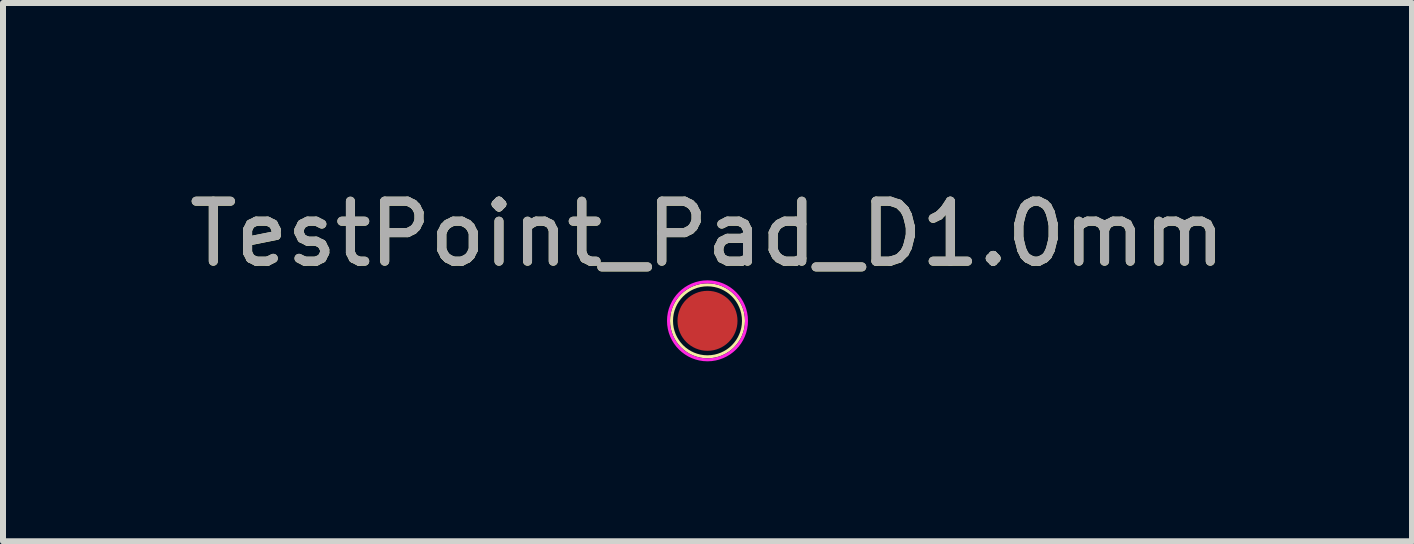
<source format=kicad_pcb>
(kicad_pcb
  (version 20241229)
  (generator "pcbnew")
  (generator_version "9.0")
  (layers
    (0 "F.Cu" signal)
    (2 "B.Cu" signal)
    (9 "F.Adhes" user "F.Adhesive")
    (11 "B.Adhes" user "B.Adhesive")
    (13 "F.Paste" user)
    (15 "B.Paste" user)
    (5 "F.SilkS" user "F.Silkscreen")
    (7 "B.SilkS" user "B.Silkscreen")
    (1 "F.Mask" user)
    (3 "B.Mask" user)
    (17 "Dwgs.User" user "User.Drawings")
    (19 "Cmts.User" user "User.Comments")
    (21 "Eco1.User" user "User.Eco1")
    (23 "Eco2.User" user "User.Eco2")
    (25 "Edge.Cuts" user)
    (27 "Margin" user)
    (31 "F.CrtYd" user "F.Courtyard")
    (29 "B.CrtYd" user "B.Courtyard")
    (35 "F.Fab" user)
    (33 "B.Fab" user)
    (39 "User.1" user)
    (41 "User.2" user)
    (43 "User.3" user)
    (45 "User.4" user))
  (footprint "TestPoint_Pad_D1.0mm"
    (layer "F.Cu")
    (at 8.744 2.298)
    (property "Reference" "TestPoint_Pad_D1.0mm" (at 0 -1.448 0) (layer "F.SilkS") (effects (font (size 1 1) (thickness 0.15))))
    (attr exclude_from_pos_files exclude_from_bom)
    (fp_circle (center 0 0) (end 0.6 0) (stroke (width 0.05) (type solid)) (fill no) (layer "F.SilkS"))
    (fp_circle (center 0 0) (end 0.65 0) (stroke (width 0.05) (type solid)) (fill no) (layer "F.CrtYd"))
    (fp_text user "${REFERENCE}" (at 0 -1.45 0) (layer "F.Fab") (effects (font (size 1 1) (thickness 0.15))))
    (pad "1" smd circle (at 0 0) (size 1 1) (layers "F.Cu" "F.Mask")))
  (gr_rect
    (start -3 -3)
    (end 20.488 5.973)
    (stroke (width 0.1) (type default))
    (fill no)
    (layer "Edge.Cuts")))
</source>
